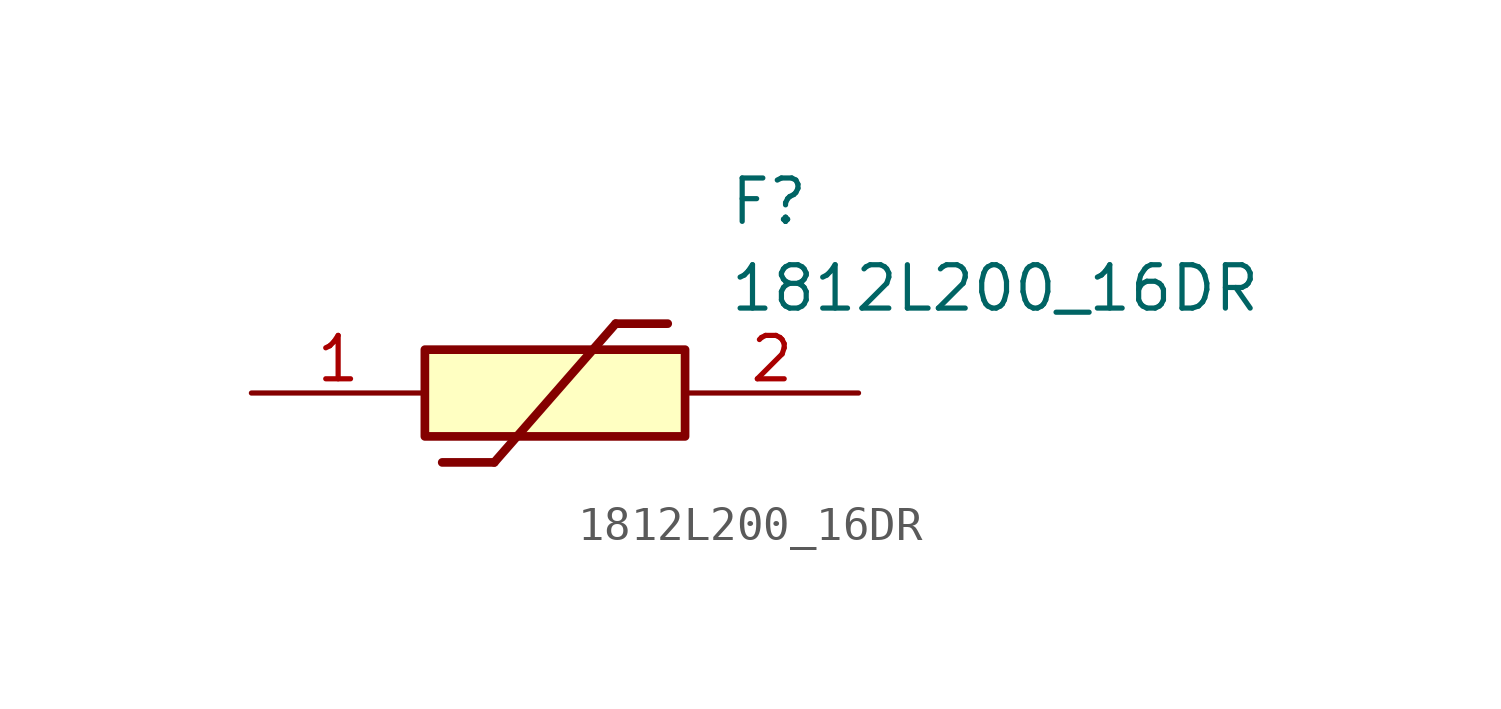
<source format=kicad_sym>
(kicad_symbol_lib
  (version 20211014)
  (generator SamacSys_ECAD_Model)
  (symbol "1812L200_16DR"
    (pin_names hide)
    (property "Reference" "F"
      (at 13.97 6.35 0)
      (effects (font (size 1.27 1.27)) (justify left top)))
    (property "Value" "1812L200_16DR"
      (at 13.97 3.81 0)
      (effects (font (size 1.27 1.27)) (justify left top)))
    (rectangle
      (start 5.08 1.27)
      (end 12.7 -1.27)
      (stroke (width 0.254) (type default))
      (fill (type background)))
    (polyline
      (pts (xy 5.588 -2.032) (xy 7.112 -2.032))
      (stroke (width 0.254) (type default))
      (fill (type none)))
    (polyline
      (pts (xy 10.668 2.032) (xy 7.112 -2.032))
      (stroke (width 0.254) (type default))
      (fill (type none)))
    (polyline
      (pts (xy 10.668 2.032) (xy 12.192 2.032))
      (stroke (width 0.254) (type default))
      (fill (type none)))
    (pin passive line
      (at 0 0 0)
      (length 5.08)
      (name "1" (effects (font (size 1.27 1.27))))
      (number "1" (effects (font (size 1.27 1.27)))))
    (pin passive line
      (at 17.78 0 180)
      (length 5.08)
      (name "2" (effects (font (size 1.27 1.27))))
      (number "2" (effects (font (size 1.27 1.27)))))))
</source>
